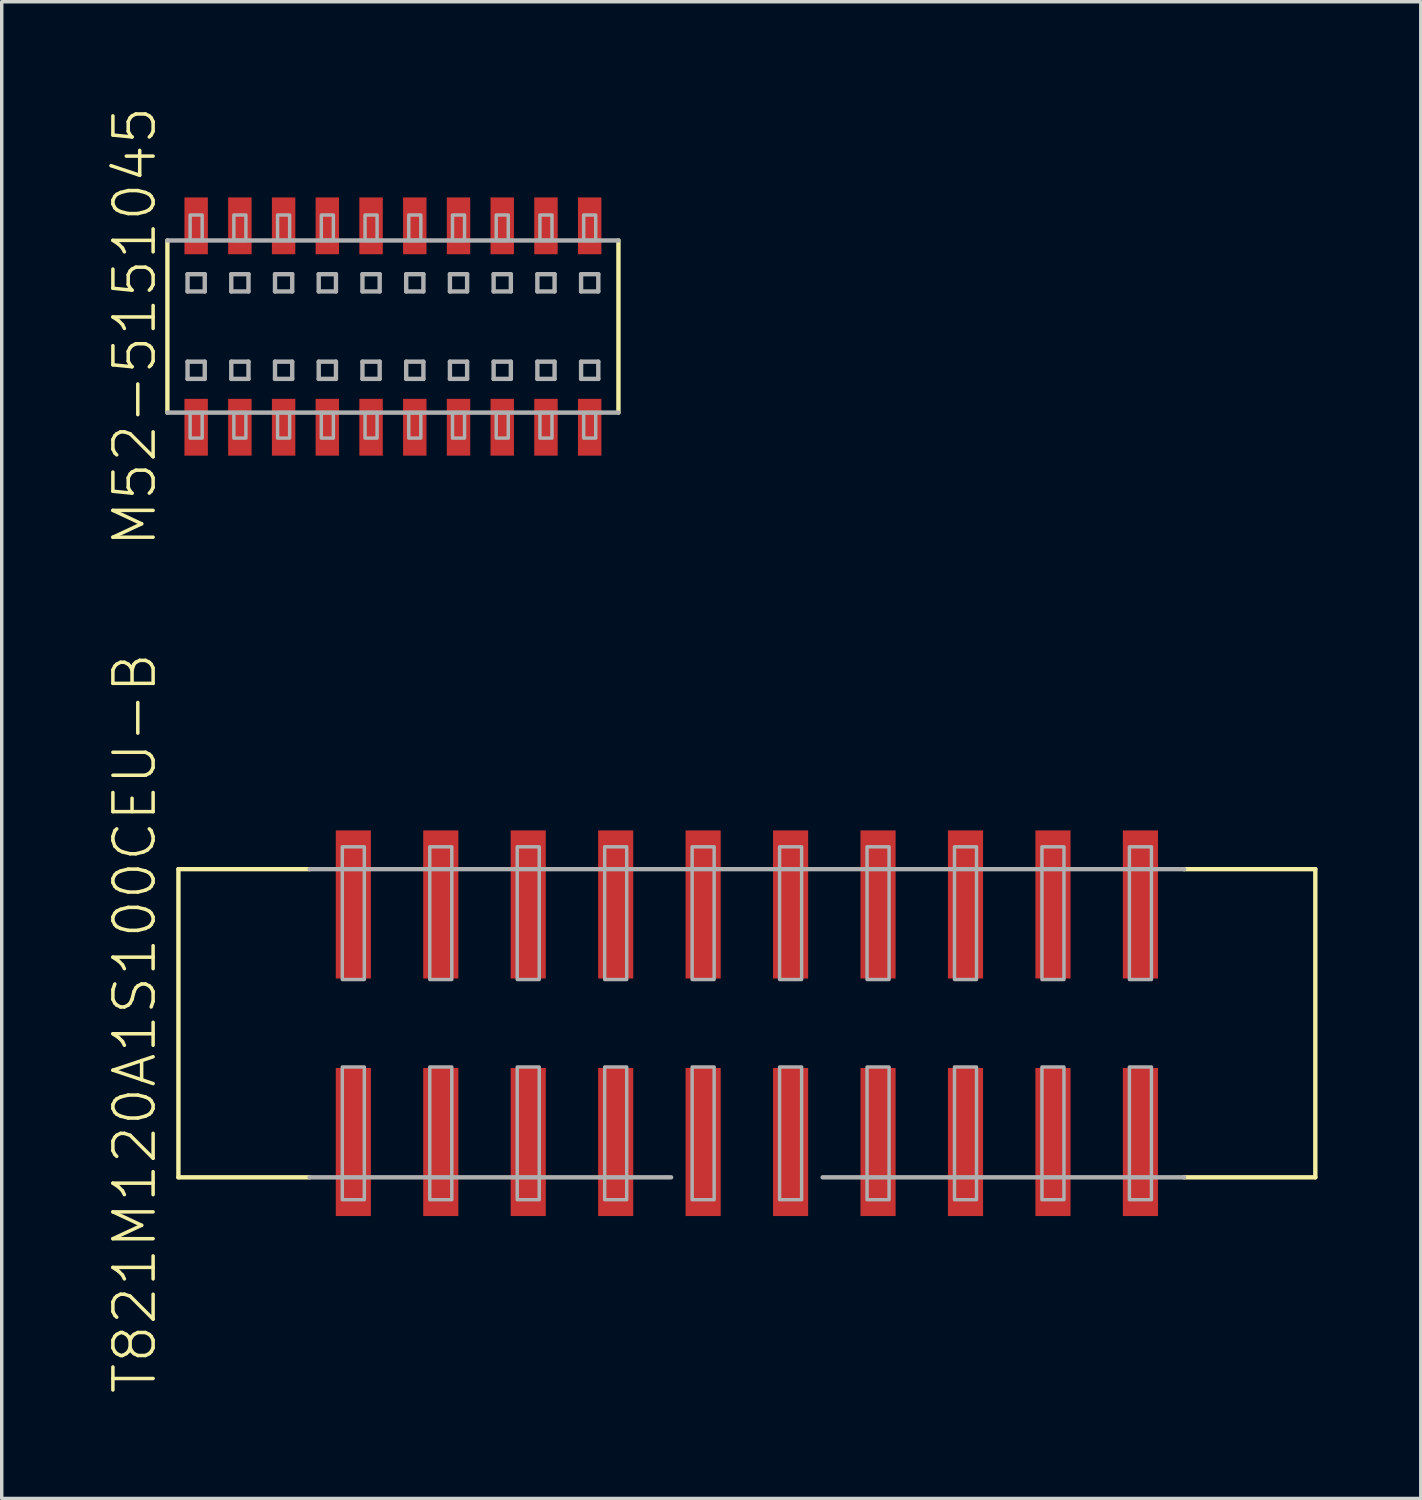
<source format=kicad_pcb>
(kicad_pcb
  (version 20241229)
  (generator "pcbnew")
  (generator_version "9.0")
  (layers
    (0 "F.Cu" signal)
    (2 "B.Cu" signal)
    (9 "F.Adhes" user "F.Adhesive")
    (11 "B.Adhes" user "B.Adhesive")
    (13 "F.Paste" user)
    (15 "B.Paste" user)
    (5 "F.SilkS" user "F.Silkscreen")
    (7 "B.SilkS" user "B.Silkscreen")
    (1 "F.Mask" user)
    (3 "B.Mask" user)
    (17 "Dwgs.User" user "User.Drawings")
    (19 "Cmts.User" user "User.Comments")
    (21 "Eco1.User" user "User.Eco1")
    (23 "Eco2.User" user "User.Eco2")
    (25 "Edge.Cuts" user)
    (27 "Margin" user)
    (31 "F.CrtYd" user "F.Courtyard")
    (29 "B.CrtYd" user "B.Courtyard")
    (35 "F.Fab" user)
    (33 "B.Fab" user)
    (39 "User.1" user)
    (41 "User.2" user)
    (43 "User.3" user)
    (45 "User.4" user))
  (footprint "T821M120A1S100CEU-B"
    (layer "F.Cu")
    (at 18.642 26.669)
    (property "Reference" "T821M120A1S100CEU-B" (at -17.78 0 90) (layer "F.SilkS") (effects (font (size 1.168 1.168) (thickness 0.102))))
    (fp_line (start -16.51 -4.475) (end -12.7 -4.475) (stroke (width 0.127) (type solid)) (layer "F.SilkS"))
    (fp_line (start -16.51 4.475) (end -16.51 -4.475) (stroke (width 0.127) (type solid)) (layer "F.SilkS"))
    (fp_line (start -12.7 4.475) (end -16.51 4.475) (stroke (width 0.127) (type solid)) (layer "F.SilkS"))
    (fp_line (start 12.7 -4.475) (end 16.51 -4.475) (stroke (width 0.127) (type solid)) (layer "F.SilkS"))
    (fp_line (start 16.51 -4.475) (end 16.51 4.475) (stroke (width 0.127) (type solid)) (layer "F.SilkS"))
    (fp_line (start 16.51 4.475) (end 12.7 4.475) (stroke (width 0.127) (type solid)) (layer "F.SilkS"))
    (fp_line (start -12.7 -4.475) (end 12.7 -4.475) (stroke (width 0.127) (type solid)) (layer "F.Fab"))
    (fp_line (start -12.7 4.475) (end -2.2 4.475) (stroke (width 0.127) (type solid)) (layer "F.Fab"))
    (fp_line (start 2.2 4.475) (end 12.7 4.475) (stroke (width 0.127) (type solid)) (layer "F.Fab"))
    (fp_poly (pts (xy -11.75 -1.27) (xy -11.11 -1.27) (xy -11.11 -5.125) (xy -11.75 -5.125)) (stroke (width 0.1) (type default)) (fill no) (layer "F.Fab"))
    (fp_poly (pts (xy -11.75 5.125) (xy -11.11 5.125) (xy -11.11 1.27) (xy -11.75 1.27)) (stroke (width 0.1) (type default)) (fill no) (layer "F.Fab"))
    (fp_poly (pts (xy -9.21 -1.27) (xy -8.57 -1.27) (xy -8.57 -5.125) (xy -9.21 -5.125)) (stroke (width 0.1) (type default)) (fill no) (layer "F.Fab"))
    (fp_poly (pts (xy -9.21 5.125) (xy -8.57 5.125) (xy -8.57 1.27) (xy -9.21 1.27)) (stroke (width 0.1) (type default)) (fill no) (layer "F.Fab"))
    (fp_poly (pts (xy -6.67 -1.27) (xy -6.03 -1.27) (xy -6.03 -5.125) (xy -6.67 -5.125)) (stroke (width 0.1) (type default)) (fill no) (layer "F.Fab"))
    (fp_poly (pts (xy -6.67 5.125) (xy -6.03 5.125) (xy -6.03 1.27) (xy -6.67 1.27)) (stroke (width 0.1) (type default)) (fill no) (layer "F.Fab"))
    (fp_poly (pts (xy -4.13 -1.27) (xy -3.49 -1.27) (xy -3.49 -5.125) (xy -4.13 -5.125)) (stroke (width 0.1) (type default)) (fill no) (layer "F.Fab"))
    (fp_poly (pts (xy -4.13 5.125) (xy -3.49 5.125) (xy -3.49 1.27) (xy -4.13 1.27)) (stroke (width 0.1) (type default)) (fill no) (layer "F.Fab"))
    (fp_poly (pts (xy -1.59 -1.27) (xy -0.95 -1.27) (xy -0.95 -5.125) (xy -1.59 -5.125)) (stroke (width 0.1) (type default)) (fill no) (layer "F.Fab"))
    (fp_poly (pts (xy -1.59 5.125) (xy -0.95 5.125) (xy -0.95 1.27) (xy -1.59 1.27)) (stroke (width 0.1) (type default)) (fill no) (layer "F.Fab"))
    (fp_poly (pts (xy 0.95 -1.27) (xy 1.59 -1.27) (xy 1.59 -5.125) (xy 0.95 -5.125)) (stroke (width 0.1) (type default)) (fill no) (layer "F.Fab"))
    (fp_poly (pts (xy 0.95 5.125) (xy 1.59 5.125) (xy 1.59 1.27) (xy 0.95 1.27)) (stroke (width 0.1) (type default)) (fill no) (layer "F.Fab"))
    (fp_poly (pts (xy 3.49 -1.27) (xy 4.13 -1.27) (xy 4.13 -5.125) (xy 3.49 -5.125)) (stroke (width 0.1) (type default)) (fill no) (layer "F.Fab"))
    (fp_poly (pts (xy 3.49 5.125) (xy 4.13 5.125) (xy 4.13 1.27) (xy 3.49 1.27)) (stroke (width 0.1) (type default)) (fill no) (layer "F.Fab"))
    (fp_poly (pts (xy 6.03 -1.27) (xy 6.67 -1.27) (xy 6.67 -5.125) (xy 6.03 -5.125)) (stroke (width 0.1) (type default)) (fill no) (layer "F.Fab"))
    (fp_poly (pts (xy 6.03 5.125) (xy 6.67 5.125) (xy 6.67 1.27) (xy 6.03 1.27)) (stroke (width 0.1) (type default)) (fill no) (layer "F.Fab"))
    (fp_poly (pts (xy 8.57 -1.27) (xy 9.21 -1.27) (xy 9.21 -5.125) (xy 8.57 -5.125)) (stroke (width 0.1) (type default)) (fill no) (layer "F.Fab"))
    (fp_poly (pts (xy 8.57 5.125) (xy 9.21 5.125) (xy 9.21 1.27) (xy 8.57 1.27)) (stroke (width 0.1) (type default)) (fill no) (layer "F.Fab"))
    (fp_poly (pts (xy 11.11 -1.27) (xy 11.75 -1.27) (xy 11.75 -5.125) (xy 11.11 -5.125)) (stroke (width 0.1) (type default)) (fill no) (layer "F.Fab"))
    (fp_poly (pts (xy 11.11 5.125) (xy 11.75 5.125) (xy 11.75 1.27) (xy 11.11 1.27)) (stroke (width 0.1) (type default)) (fill no) (layer "F.Fab"))
    (pad "1" smd rect (at -11.43 3.45) (size 1.02 4.3) (layers "F.Cu" "F.Mask" "F.Paste"))
    (pad "2" smd rect (at -11.43 -3.45) (size 1.02 4.3) (layers "F.Cu" "F.Mask" "F.Paste"))
    (pad "3" smd rect (at -8.89 3.45) (size 1.02 4.3) (layers "F.Cu" "F.Mask" "F.Paste"))
    (pad "4" smd rect (at -8.89 -3.45) (size 1.02 4.3) (layers "F.Cu" "F.Mask" "F.Paste"))
    (pad "5" smd rect (at -6.35 3.45) (size 1.02 4.3) (layers "F.Cu" "F.Mask" "F.Paste"))
    (pad "6" smd rect (at -6.35 -3.45) (size 1.02 4.3) (layers "F.Cu" "F.Mask" "F.Paste"))
    (pad "7" smd rect (at -3.81 3.45) (size 1.02 4.3) (layers "F.Cu" "F.Mask" "F.Paste"))
    (pad "8" smd rect (at -3.81 -3.45) (size 1.02 4.3) (layers "F.Cu" "F.Mask" "F.Paste"))
    (pad "9" smd rect (at -1.27 3.45) (size 1.02 4.3) (layers "F.Cu" "F.Mask" "F.Paste"))
    (pad "10" smd rect (at -1.27 -3.45) (size 1.02 4.3) (layers "F.Cu" "F.Mask" "F.Paste"))
    (pad "11" smd rect (at 1.27 3.45) (size 1.02 4.3) (layers "F.Cu" "F.Mask" "F.Paste"))
    (pad "12" smd rect (at 1.27 -3.45) (size 1.02 4.3) (layers "F.Cu" "F.Mask" "F.Paste"))
    (pad "13" smd rect (at 3.81 3.45) (size 1.02 4.3) (layers "F.Cu" "F.Mask" "F.Paste"))
    (pad "14" smd rect (at 3.81 -3.45) (size 1.02 4.3) (layers "F.Cu" "F.Mask" "F.Paste"))
    (pad "15" smd rect (at 6.35 3.45) (size 1.02 4.3) (layers "F.Cu" "F.Mask" "F.Paste"))
    (pad "16" smd rect (at 6.35 -3.45) (size 1.02 4.3) (layers "F.Cu" "F.Mask" "F.Paste"))
    (pad "17" smd rect (at 8.89 3.45) (size 1.02 4.3) (layers "F.Cu" "F.Mask" "F.Paste"))
    (pad "18" smd rect (at 8.89 -3.45) (size 1.02 4.3) (layers "F.Cu" "F.Mask" "F.Paste"))
    (pad "19" smd rect (at 11.43 3.45) (size 1.02 4.3) (layers "F.Cu" "F.Mask" "F.Paste"))
    (pad "20" smd rect (at 11.43 -3.45) (size 1.02 4.3) (layers "F.Cu" "F.Mask" "F.Paste")))
  (footprint "M52-5151045"
    (layer "F.Cu")
    (at 8.362 6.434)
    (property "Reference" "M52-5151045" (at -7.5 0 90) (layer "F.SilkS") (effects (font (size 1.168 1.168) (thickness 0.102))))
    (fp_line (start -6.55 2.5) (end -6.55 -2.5) (stroke (width 0.127) (type solid)) (layer "F.SilkS"))
    (fp_line (start 6.55 -2.5) (end 6.55 2.5) (stroke (width 0.127) (type solid)) (layer "F.SilkS"))
    (fp_line (start -6.55 -2.5) (end 6.55 -2.5) (stroke (width 0.127) (type solid)) (layer "F.Fab"))
    (fp_line (start -5.965 -1.52) (end -5.465 -1.52) (stroke (width 0.127) (type solid)) (layer "F.Fab"))
    (fp_line (start -5.965 -1.02) (end -5.965 -1.52) (stroke (width 0.127) (type solid)) (layer "F.Fab"))
    (fp_line (start -5.965 1.02) (end -5.465 1.02) (stroke (width 0.127) (type solid)) (layer "F.Fab"))
    (fp_line (start -5.965 1.52) (end -5.965 1.02) (stroke (width 0.127) (type solid)) (layer "F.Fab"))
    (fp_line (start -5.465 -1.52) (end -5.465 -1.02) (stroke (width 0.127) (type solid)) (layer "F.Fab"))
    (fp_line (start -5.465 -1.02) (end -5.965 -1.02) (stroke (width 0.127) (type solid)) (layer "F.Fab"))
    (fp_line (start -5.465 1.02) (end -5.465 1.52) (stroke (width 0.127) (type solid)) (layer "F.Fab"))
    (fp_line (start -5.465 1.52) (end -5.965 1.52) (stroke (width 0.127) (type solid)) (layer "F.Fab"))
    (fp_line (start -4.695 -1.52) (end -4.195 -1.52) (stroke (width 0.127) (type solid)) (layer "F.Fab"))
    (fp_line (start -4.695 -1.02) (end -4.695 -1.52) (stroke (width 0.127) (type solid)) (layer "F.Fab"))
    (fp_line (start -4.695 1.02) (end -4.195 1.02) (stroke (width 0.127) (type solid)) (layer "F.Fab"))
    (fp_line (start -4.695 1.52) (end -4.695 1.02) (stroke (width 0.127) (type solid)) (layer "F.Fab"))
    (fp_line (start -4.195 -1.52) (end -4.195 -1.02) (stroke (width 0.127) (type solid)) (layer "F.Fab"))
    (fp_line (start -4.195 -1.02) (end -4.695 -1.02) (stroke (width 0.127) (type solid)) (layer "F.Fab"))
    (fp_line (start -4.195 1.02) (end -4.195 1.52) (stroke (width 0.127) (type solid)) (layer "F.Fab"))
    (fp_line (start -4.195 1.52) (end -4.695 1.52) (stroke (width 0.127) (type solid)) (layer "F.Fab"))
    (fp_line (start -3.425 -1.52) (end -2.925 -1.52) (stroke (width 0.127) (type solid)) (layer "F.Fab"))
    (fp_line (start -3.425 -1.02) (end -3.425 -1.52) (stroke (width 0.127) (type solid)) (layer "F.Fab"))
    (fp_line (start -3.425 1.02) (end -2.925 1.02) (stroke (width 0.127) (type solid)) (layer "F.Fab"))
    (fp_line (start -3.425 1.52) (end -3.425 1.02) (stroke (width 0.127) (type solid)) (layer "F.Fab"))
    (fp_line (start -2.925 -1.52) (end -2.925 -1.02) (stroke (width 0.127) (type solid)) (layer "F.Fab"))
    (fp_line (start -2.925 -1.02) (end -3.425 -1.02) (stroke (width 0.127) (type solid)) (layer "F.Fab"))
    (fp_line (start -2.925 1.02) (end -2.925 1.52) (stroke (width 0.127) (type solid)) (layer "F.Fab"))
    (fp_line (start -2.925 1.52) (end -3.425 1.52) (stroke (width 0.127) (type solid)) (layer "F.Fab"))
    (fp_line (start -2.155 -1.52) (end -1.655 -1.52) (stroke (width 0.127) (type solid)) (layer "F.Fab"))
    (fp_line (start -2.155 -1.02) (end -2.155 -1.52) (stroke (width 0.127) (type solid)) (layer "F.Fab"))
    (fp_line (start -2.155 1.02) (end -1.655 1.02) (stroke (width 0.127) (type solid)) (layer "F.Fab"))
    (fp_line (start -2.155 1.52) (end -2.155 1.02) (stroke (width 0.127) (type solid)) (layer "F.Fab"))
    (fp_line (start -1.655 -1.52) (end -1.655 -1.02) (stroke (width 0.127) (type solid)) (layer "F.Fab"))
    (fp_line (start -1.655 -1.02) (end -2.155 -1.02) (stroke (width 0.127) (type solid)) (layer "F.Fab"))
    (fp_line (start -1.655 1.02) (end -1.655 1.52) (stroke (width 0.127) (type solid)) (layer "F.Fab"))
    (fp_line (start -1.655 1.52) (end -2.155 1.52) (stroke (width 0.127) (type solid)) (layer "F.Fab"))
    (fp_line (start -0.885 -1.52) (end -0.385 -1.52) (stroke (width 0.127) (type solid)) (layer "F.Fab"))
    (fp_line (start -0.885 -1.02) (end -0.885 -1.52) (stroke (width 0.127) (type solid)) (layer "F.Fab"))
    (fp_line (start -0.885 1.02) (end -0.385 1.02) (stroke (width 0.127) (type solid)) (layer "F.Fab"))
    (fp_line (start -0.885 1.52) (end -0.885 1.02) (stroke (width 0.127) (type solid)) (layer "F.Fab"))
    (fp_line (start -0.385 -1.52) (end -0.385 -1.02) (stroke (width 0.127) (type solid)) (layer "F.Fab"))
    (fp_line (start -0.385 -1.02) (end -0.885 -1.02) (stroke (width 0.127) (type solid)) (layer "F.Fab"))
    (fp_line (start -0.385 1.02) (end -0.385 1.52) (stroke (width 0.127) (type solid)) (layer "F.Fab"))
    (fp_line (start -0.385 1.52) (end -0.885 1.52) (stroke (width 0.127) (type solid)) (layer "F.Fab"))
    (fp_line (start 0.385 -1.52) (end 0.885 -1.52) (stroke (width 0.127) (type solid)) (layer "F.Fab"))
    (fp_line (start 0.385 -1.02) (end 0.385 -1.52) (stroke (width 0.127) (type solid)) (layer "F.Fab"))
    (fp_line (start 0.385 1.02) (end 0.885 1.02) (stroke (width 0.127) (type solid)) (layer "F.Fab"))
    (fp_line (start 0.385 1.52) (end 0.385 1.02) (stroke (width 0.127) (type solid)) (layer "F.Fab"))
    (fp_line (start 0.885 -1.52) (end 0.885 -1.02) (stroke (width 0.127) (type solid)) (layer "F.Fab"))
    (fp_line (start 0.885 -1.02) (end 0.385 -1.02) (stroke (width 0.127) (type solid)) (layer "F.Fab"))
    (fp_line (start 0.885 1.02) (end 0.885 1.52) (stroke (width 0.127) (type solid)) (layer "F.Fab"))
    (fp_line (start 0.885 1.52) (end 0.385 1.52) (stroke (width 0.127) (type solid)) (layer "F.Fab"))
    (fp_line (start 1.655 -1.52) (end 2.155 -1.52) (stroke (width 0.127) (type solid)) (layer "F.Fab"))
    (fp_line (start 1.655 -1.02) (end 1.655 -1.52) (stroke (width 0.127) (type solid)) (layer "F.Fab"))
    (fp_line (start 1.655 1.02) (end 2.155 1.02) (stroke (width 0.127) (type solid)) (layer "F.Fab"))
    (fp_line (start 1.655 1.52) (end 1.655 1.02) (stroke (width 0.127) (type solid)) (layer "F.Fab"))
    (fp_line (start 2.155 -1.52) (end 2.155 -1.02) (stroke (width 0.127) (type solid)) (layer "F.Fab"))
    (fp_line (start 2.155 -1.02) (end 1.655 -1.02) (stroke (width 0.127) (type solid)) (layer "F.Fab"))
    (fp_line (start 2.155 1.02) (end 2.155 1.52) (stroke (width 0.127) (type solid)) (layer "F.Fab"))
    (fp_line (start 2.155 1.52) (end 1.655 1.52) (stroke (width 0.127) (type solid)) (layer "F.Fab"))
    (fp_line (start 2.925 -1.52) (end 3.425 -1.52) (stroke (width 0.127) (type solid)) (layer "F.Fab"))
    (fp_line (start 2.925 -1.02) (end 2.925 -1.52) (stroke (width 0.127) (type solid)) (layer "F.Fab"))
    (fp_line (start 2.925 1.02) (end 3.425 1.02) (stroke (width 0.127) (type solid)) (layer "F.Fab"))
    (fp_line (start 2.925 1.52) (end 2.925 1.02) (stroke (width 0.127) (type solid)) (layer "F.Fab"))
    (fp_line (start 3.425 -1.52) (end 3.425 -1.02) (stroke (width 0.127) (type solid)) (layer "F.Fab"))
    (fp_line (start 3.425 -1.02) (end 2.925 -1.02) (stroke (width 0.127) (type solid)) (layer "F.Fab"))
    (fp_line (start 3.425 1.02) (end 3.425 1.52) (stroke (width 0.127) (type solid)) (layer "F.Fab"))
    (fp_line (start 3.425 1.52) (end 2.925 1.52) (stroke (width 0.127) (type solid)) (layer "F.Fab"))
    (fp_line (start 4.195 -1.52) (end 4.695 -1.52) (stroke (width 0.127) (type solid)) (layer "F.Fab"))
    (fp_line (start 4.195 -1.02) (end 4.195 -1.52) (stroke (width 0.127) (type solid)) (layer "F.Fab"))
    (fp_line (start 4.195 1.02) (end 4.695 1.02) (stroke (width 0.127) (type solid)) (layer "F.Fab"))
    (fp_line (start 4.195 1.52) (end 4.195 1.02) (stroke (width 0.127) (type solid)) (layer "F.Fab"))
    (fp_line (start 4.695 -1.52) (end 4.695 -1.02) (stroke (width 0.127) (type solid)) (layer "F.Fab"))
    (fp_line (start 4.695 -1.02) (end 4.195 -1.02) (stroke (width 0.127) (type solid)) (layer "F.Fab"))
    (fp_line (start 4.695 1.02) (end 4.695 1.52) (stroke (width 0.127) (type solid)) (layer "F.Fab"))
    (fp_line (start 4.695 1.52) (end 4.195 1.52) (stroke (width 0.127) (type solid)) (layer "F.Fab"))
    (fp_line (start 5.465 -1.52) (end 5.965 -1.52) (stroke (width 0.127) (type solid)) (layer "F.Fab"))
    (fp_line (start 5.465 -1.02) (end 5.465 -1.52) (stroke (width 0.127) (type solid)) (layer "F.Fab"))
    (fp_line (start 5.465 1.02) (end 5.965 1.02) (stroke (width 0.127) (type solid)) (layer "F.Fab"))
    (fp_line (start 5.465 1.52) (end 5.465 1.02) (stroke (width 0.127) (type solid)) (layer "F.Fab"))
    (fp_line (start 5.965 -1.52) (end 5.965 -1.02) (stroke (width 0.127) (type solid)) (layer "F.Fab"))
    (fp_line (start 5.965 -1.02) (end 5.465 -1.02) (stroke (width 0.127) (type solid)) (layer "F.Fab"))
    (fp_line (start 5.965 1.02) (end 5.965 1.52) (stroke (width 0.127) (type solid)) (layer "F.Fab"))
    (fp_line (start 5.965 1.52) (end 5.465 1.52) (stroke (width 0.127) (type solid)) (layer "F.Fab"))
    (fp_line (start 6.55 2.5) (end -6.55 2.5) (stroke (width 0.127) (type solid)) (layer "F.Fab"))
    (fp_poly (pts (xy -5.89 -2.5) (xy -5.54 -2.5) (xy -5.54 -3.24) (xy -5.89 -3.24)) (stroke (width 0.1) (type default)) (fill no) (layer "F.Fab"))
    (fp_poly (pts (xy -5.89 3.24) (xy -5.54 3.24) (xy -5.54 2.5) (xy -5.89 2.5)) (stroke (width 0.1) (type default)) (fill no) (layer "F.Fab"))
    (fp_poly (pts (xy -4.62 -2.5) (xy -4.27 -2.5) (xy -4.27 -3.24) (xy -4.62 -3.24)) (stroke (width 0.1) (type default)) (fill no) (layer "F.Fab"))
    (fp_poly (pts (xy -4.62 3.24) (xy -4.27 3.24) (xy -4.27 2.5) (xy -4.62 2.5)) (stroke (width 0.1) (type default)) (fill no) (layer "F.Fab"))
    (fp_poly (pts (xy -3.35 -2.5) (xy -3 -2.5) (xy -3 -3.24) (xy -3.35 -3.24)) (stroke (width 0.1) (type default)) (fill no) (layer "F.Fab"))
    (fp_poly (pts (xy -3.35 3.24) (xy -3 3.24) (xy -3 2.5) (xy -3.35 2.5)) (stroke (width 0.1) (type default)) (fill no) (layer "F.Fab"))
    (fp_poly (pts (xy -2.08 -2.5) (xy -1.73 -2.5) (xy -1.73 -3.24) (xy -2.08 -3.24)) (stroke (width 0.1) (type default)) (fill no) (layer "F.Fab"))
    (fp_poly (pts (xy -2.08 3.24) (xy -1.73 3.24) (xy -1.73 2.5) (xy -2.08 2.5)) (stroke (width 0.1) (type default)) (fill no) (layer "F.Fab"))
    (fp_poly (pts (xy -0.81 -2.5) (xy -0.46 -2.5) (xy -0.46 -3.24) (xy -0.81 -3.24)) (stroke (width 0.1) (type default)) (fill no) (layer "F.Fab"))
    (fp_poly (pts (xy -0.81 3.24) (xy -0.46 3.24) (xy -0.46 2.5) (xy -0.81 2.5)) (stroke (width 0.1) (type default)) (fill no) (layer "F.Fab"))
    (fp_poly (pts (xy 0.46 -2.5) (xy 0.81 -2.5) (xy 0.81 -3.24) (xy 0.46 -3.24)) (stroke (width 0.1) (type default)) (fill no) (layer "F.Fab"))
    (fp_poly (pts (xy 0.46 3.24) (xy 0.81 3.24) (xy 0.81 2.5) (xy 0.46 2.5)) (stroke (width 0.1) (type default)) (fill no) (layer "F.Fab"))
    (fp_poly (pts (xy 1.73 -2.5) (xy 2.08 -2.5) (xy 2.08 -3.24) (xy 1.73 -3.24)) (stroke (width 0.1) (type default)) (fill no) (layer "F.Fab"))
    (fp_poly (pts (xy 1.73 3.24) (xy 2.08 3.24) (xy 2.08 2.5) (xy 1.73 2.5)) (stroke (width 0.1) (type default)) (fill no) (layer "F.Fab"))
    (fp_poly (pts (xy 3 -2.5) (xy 3.35 -2.5) (xy 3.35 -3.24) (xy 3 -3.24)) (stroke (width 0.1) (type default)) (fill no) (layer "F.Fab"))
    (fp_poly (pts (xy 3 3.24) (xy 3.35 3.24) (xy 3.35 2.5) (xy 3 2.5)) (stroke (width 0.1) (type default)) (fill no) (layer "F.Fab"))
    (fp_poly (pts (xy 4.27 -2.5) (xy 4.62 -2.5) (xy 4.62 -3.24) (xy 4.27 -3.24)) (stroke (width 0.1) (type default)) (fill no) (layer "F.Fab"))
    (fp_poly (pts (xy 4.27 3.24) (xy 4.62 3.24) (xy 4.62 2.5) (xy 4.27 2.5)) (stroke (width 0.1) (type default)) (fill no) (layer "F.Fab"))
    (fp_poly (pts (xy 5.54 -2.5) (xy 5.89 -2.5) (xy 5.89 -3.24) (xy 5.54 -3.24)) (stroke (width 0.1) (type default)) (fill no) (layer "F.Fab"))
    (fp_poly (pts (xy 5.54 3.24) (xy 5.89 3.24) (xy 5.89 2.5) (xy 5.54 2.5)) (stroke (width 0.1) (type default)) (fill no) (layer "F.Fab"))
    (pad "1" smd rect (at -5.715 -2.925) (size 0.68 1.65) (layers "F.Cu" "F.Mask" "F.Paste"))
    (pad "2" smd rect (at -5.715 2.925) (size 0.68 1.65) (layers "F.Cu" "F.Mask" "F.Paste"))
    (pad "3" smd rect (at -4.445 -2.925) (size 0.68 1.65) (layers "F.Cu" "F.Mask" "F.Paste"))
    (pad "4" smd rect (at -4.445 2.925) (size 0.68 1.65) (layers "F.Cu" "F.Mask" "F.Paste"))
    (pad "5" smd rect (at -3.175 -2.925) (size 0.68 1.65) (layers "F.Cu" "F.Mask" "F.Paste"))
    (pad "6" smd rect (at -3.175 2.925) (size 0.68 1.65) (layers "F.Cu" "F.Mask" "F.Paste"))
    (pad "7" smd rect (at -1.905 -2.925) (size 0.68 1.65) (layers "F.Cu" "F.Mask" "F.Paste"))
    (pad "8" smd rect (at -1.905 2.925) (size 0.68 1.65) (layers "F.Cu" "F.Mask" "F.Paste"))
    (pad "9" smd rect (at -0.635 -2.925) (size 0.68 1.65) (layers "F.Cu" "F.Mask" "F.Paste"))
    (pad "10" smd rect (at -0.635 2.925) (size 0.68 1.65) (layers "F.Cu" "F.Mask" "F.Paste"))
    (pad "11" smd rect (at 0.635 -2.925) (size 0.68 1.65) (layers "F.Cu" "F.Mask" "F.Paste"))
    (pad "12" smd rect (at 0.635 2.925) (size 0.68 1.65) (layers "F.Cu" "F.Mask" "F.Paste"))
    (pad "13" smd rect (at 1.905 -2.925) (size 0.68 1.65) (layers "F.Cu" "F.Mask" "F.Paste"))
    (pad "14" smd rect (at 1.905 2.925) (size 0.68 1.65) (layers "F.Cu" "F.Mask" "F.Paste"))
    (pad "15" smd rect (at 3.175 -2.925) (size 0.68 1.65) (layers "F.Cu" "F.Mask" "F.Paste"))
    (pad "16" smd rect (at 3.175 2.925) (size 0.68 1.65) (layers "F.Cu" "F.Mask" "F.Paste"))
    (pad "17" smd rect (at 4.445 -2.925) (size 0.68 1.65) (layers "F.Cu" "F.Mask" "F.Paste"))
    (pad "18" smd rect (at 4.445 2.925) (size 0.68 1.65) (layers "F.Cu" "F.Mask" "F.Paste"))
    (pad "19" smd rect (at 5.715 -2.925) (size 0.68 1.65) (layers "F.Cu" "F.Mask" "F.Paste"))
    (pad "20" smd rect (at 5.715 2.925) (size 0.68 1.65) (layers "F.Cu" "F.Mask" "F.Paste")))
  (gr_rect
    (start -3 -3)
    (end 38.215 40.471)
    (stroke (width 0.1) (type default))
    (fill no)
    (layer "Edge.Cuts")))
</source>
